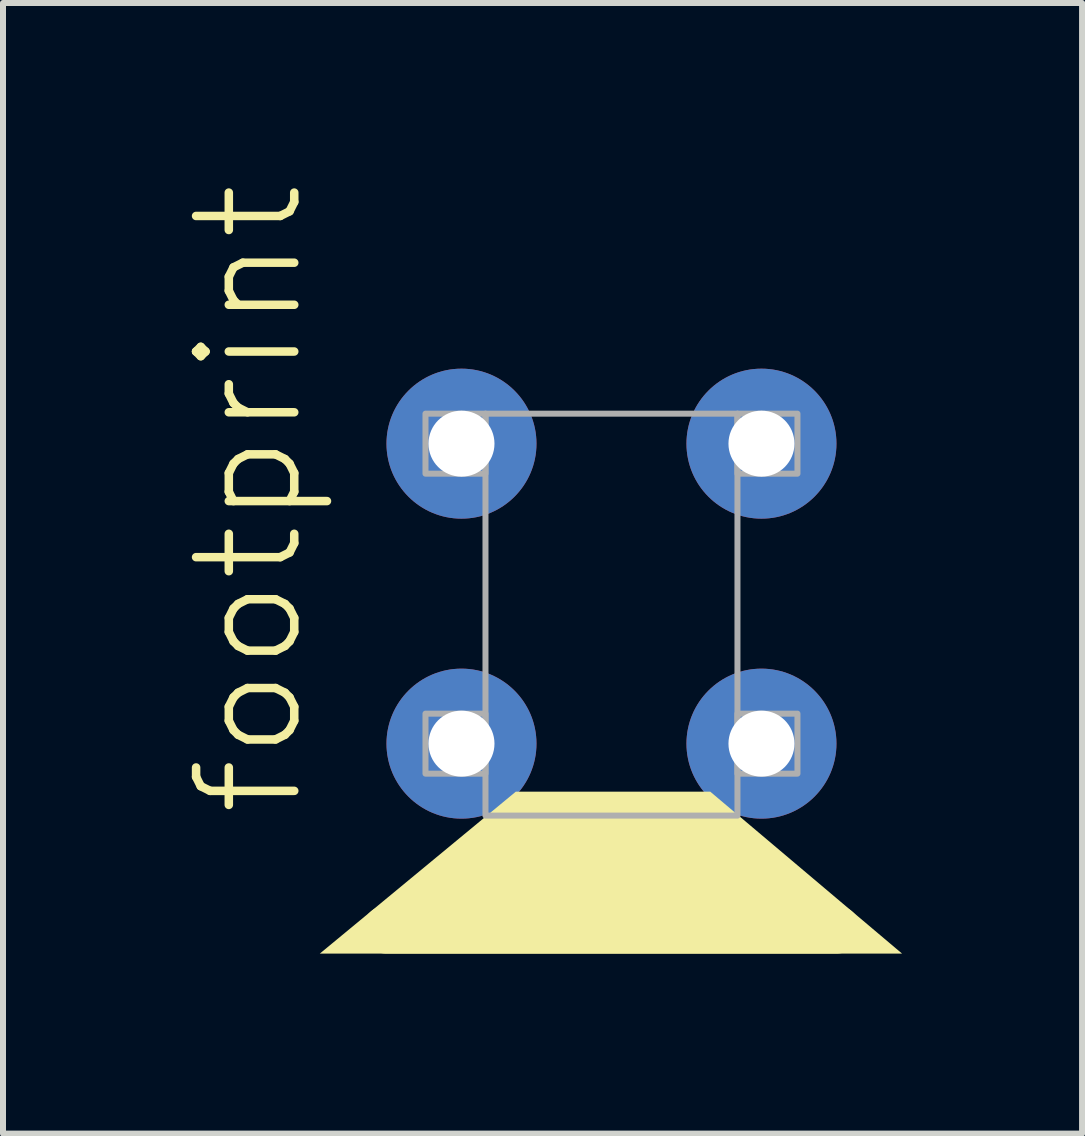
<source format=kicad_pcb>
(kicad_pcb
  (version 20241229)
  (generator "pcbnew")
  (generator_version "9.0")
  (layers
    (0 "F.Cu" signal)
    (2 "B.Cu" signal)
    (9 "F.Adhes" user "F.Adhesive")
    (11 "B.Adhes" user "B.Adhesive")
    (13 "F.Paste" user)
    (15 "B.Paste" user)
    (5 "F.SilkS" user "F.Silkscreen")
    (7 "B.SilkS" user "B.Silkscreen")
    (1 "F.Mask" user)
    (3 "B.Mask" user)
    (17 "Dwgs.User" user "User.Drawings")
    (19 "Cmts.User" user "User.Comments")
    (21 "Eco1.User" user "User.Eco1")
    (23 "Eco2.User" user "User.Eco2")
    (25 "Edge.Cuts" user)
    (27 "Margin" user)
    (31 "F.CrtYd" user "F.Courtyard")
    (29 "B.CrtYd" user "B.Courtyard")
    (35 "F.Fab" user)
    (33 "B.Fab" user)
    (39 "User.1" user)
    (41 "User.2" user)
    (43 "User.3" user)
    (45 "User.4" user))
  (footprint "footprint"
    (layer "F.Cu")
    (at 7.142 9.345)
    (property "Reference" "footprint" (at -5.08 1.27 90) (layer "F.SilkS") (effects (font (size 1.636 1.636) (thickness 0.142)) (justify left bottom)))
    (fp_line (start -3.75 3.1) (end 3.75 3.1) (stroke (width 0.8) (type solid)) (layer "F.SilkS"))
    (fp_poly (pts (xy 4.844 3.5) (xy -4.862 3.5) (xy -1.594 0.8) (xy 1.646 0.8)) (stroke (width 0) (type solid)) (fill yes) (layer "F.SilkS"))
    (fp_poly (pts (xy -3.1 -4.5) (xy -2.1 -4.5) (xy -2.1 -5.5) (xy -3.1 -5.5)) (stroke (width 0.1) (type solid)) (fill no) (layer "F.Fab"))
    (fp_poly (pts (xy -3.1 0.5) (xy -2.1 0.5) (xy -2.1 -0.5) (xy -3.1 -0.5)) (stroke (width 0.1) (type solid)) (fill no) (layer "F.Fab"))
    (fp_poly (pts (xy -2.1 1.2) (xy 2.1 1.2) (xy 2.1 -5.5) (xy -2.1 -5.5)) (stroke (width 0.1) (type solid)) (fill no) (layer "F.Fab"))
    (fp_poly (pts (xy 2.1 -4.5) (xy 3.1 -4.5) (xy 3.1 -5.5) (xy 2.1 -5.5)) (stroke (width 0.1) (type solid)) (fill no) (layer "F.Fab"))
    (fp_poly (pts (xy 2.1 0.5) (xy 3.1 0.5) (xy 3.1 -0.5) (xy 2.1 -0.5)) (stroke (width 0.1) (type solid)) (fill no) (layer "F.Fab"))
    (pad "1A" thru_hole circle (at -2.5 0) (size 2.5 2.5) (drill 1.1) (layers "*.Cu" "*.Mask"))
    (pad "1B" thru_hole circle (at 2.5 0) (size 2.5 2.5) (drill 1.1) (layers "*.Cu" "*.Mask"))
    (pad "1C" thru_hole circle (at -2.5 -5) (size 2.5 2.5) (drill 1.1) (layers "*.Cu" "*.Mask"))
    (pad "1D" thru_hole circle (at 2.5 -5) (size 2.5 2.5) (drill 1.1) (layers "*.Cu" "*.Mask")))
  (gr_rect
    (start -3 -3)
    (end 14.986 15.845)
    (stroke (width 0.1) (type default))
    (fill no)
    (layer "Edge.Cuts")))
</source>
